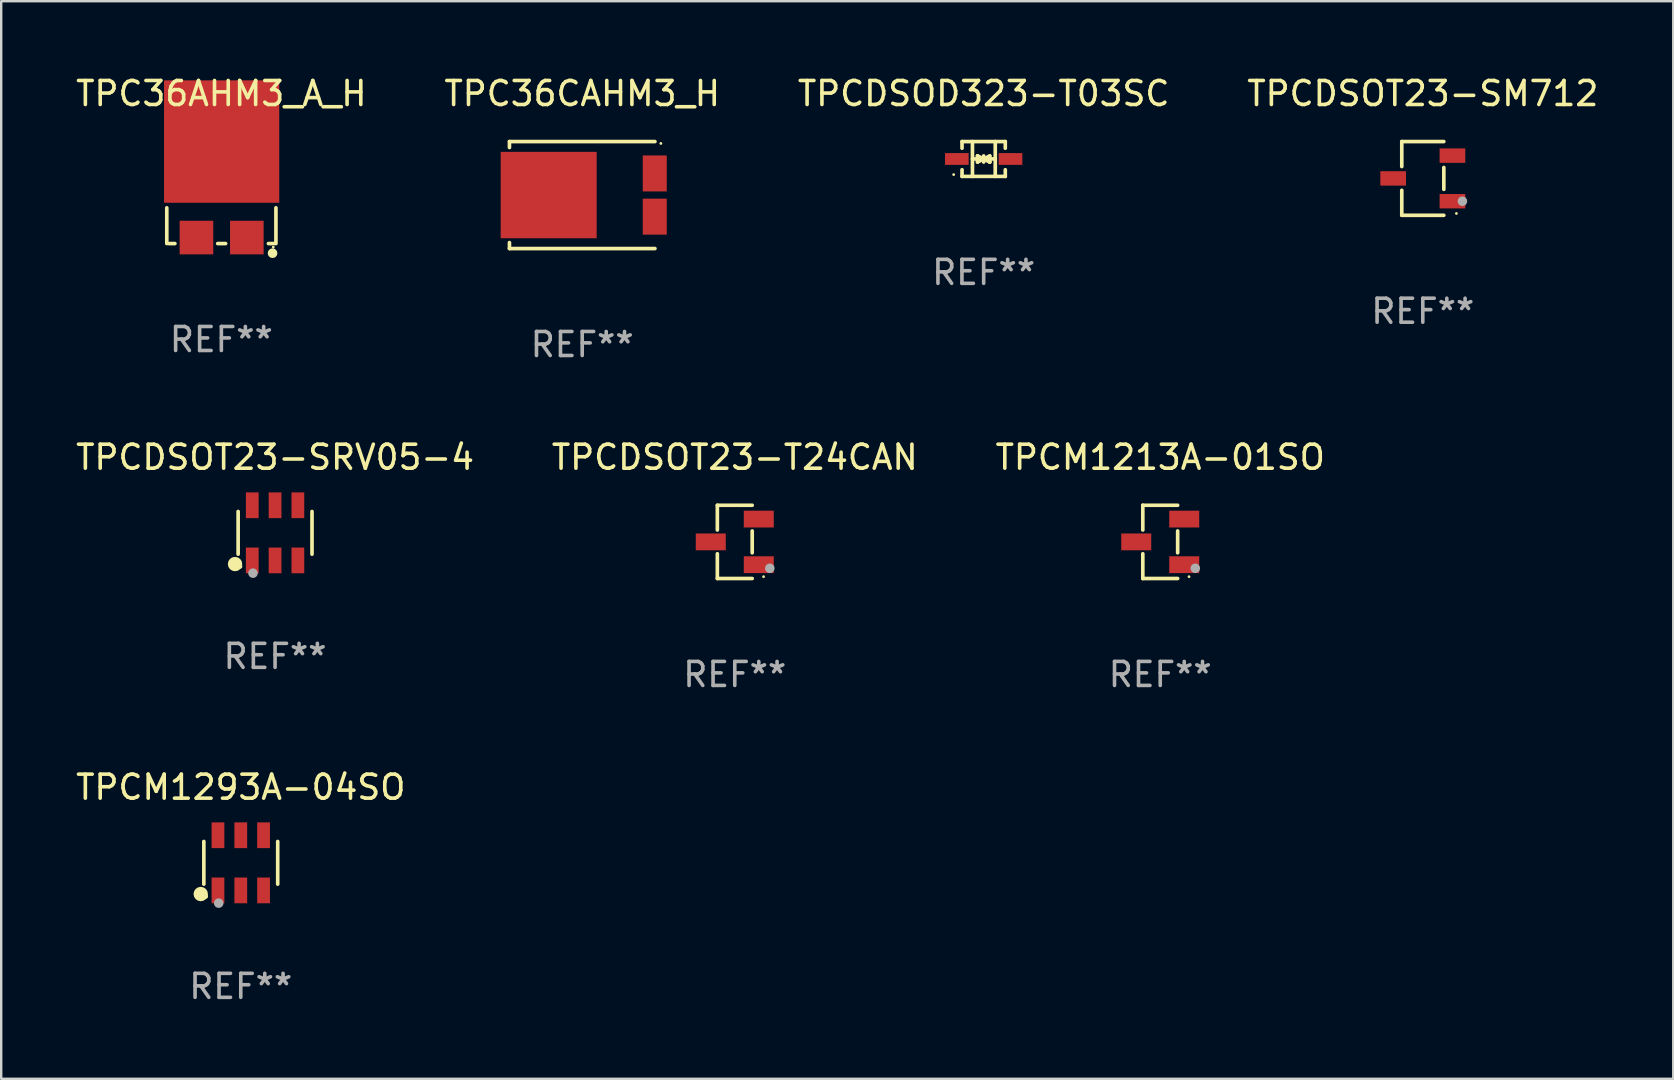
<source format=kicad_pcb>
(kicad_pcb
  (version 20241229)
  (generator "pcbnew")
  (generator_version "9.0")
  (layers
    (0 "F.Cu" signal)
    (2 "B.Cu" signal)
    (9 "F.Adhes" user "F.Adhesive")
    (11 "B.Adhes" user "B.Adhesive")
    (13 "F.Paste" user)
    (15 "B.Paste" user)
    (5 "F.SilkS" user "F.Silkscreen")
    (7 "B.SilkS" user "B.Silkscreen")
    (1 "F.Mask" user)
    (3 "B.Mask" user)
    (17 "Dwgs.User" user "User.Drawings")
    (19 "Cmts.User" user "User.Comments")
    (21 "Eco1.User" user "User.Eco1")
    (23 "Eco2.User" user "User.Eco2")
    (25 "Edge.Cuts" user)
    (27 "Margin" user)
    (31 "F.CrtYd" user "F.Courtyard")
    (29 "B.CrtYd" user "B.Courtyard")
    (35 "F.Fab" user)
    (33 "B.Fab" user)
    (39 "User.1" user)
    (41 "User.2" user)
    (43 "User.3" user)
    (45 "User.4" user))
  (footprint "TPCM1213A-01SO"
    (layer "F.Cu")
    (at 45.292 19.528)
    (property "Reference" "TPCM1213A-01SO" (at 0 -3.526 0) (layer "F.SilkS") (effects (font (size 1 1) (thickness 0.15))))
    (attr through_hole)
    (fp_line (start -0.726 -1.526) (end -0.726 -0.495) (stroke (width 0.152) (type solid)) (layer "F.SilkS"))
    (fp_line (start -0.726 1.526) (end -0.726 0.495) (stroke (width 0.152) (type solid)) (layer "F.SilkS"))
    (fp_line (start 0.726 -1.526) (end -0.726 -1.526) (stroke (width 0.152) (type solid)) (layer "F.SilkS"))
    (fp_line (start 0.726 -0.455) (end 0.726 0.455) (stroke (width 0.152) (type solid)) (layer "F.SilkS"))
    (fp_line (start 0.726 1.526) (end -0.726 1.526) (stroke (width 0.152) (type solid)) (layer "F.SilkS"))
    (fp_circle (center 1.2 1.45) (end 1.23 1.45) (stroke (width 0.06) (type solid)) (fill no) (layer "F.SilkS"))
    (fp_circle (center 1.46 1.1) (end 1.56 1.1) (stroke (width 0.2) (type solid)) (fill no) (layer "F.Fab"))
    (fp_text user "REF**" (at 0 5.526 0) (layer "F.Fab") (effects (font (size 1 1) (thickness 0.15))))
    (pad "1" smd rect (at 1 0.95) (size 1.25 0.7) (layers "F.Cu" "F.Mask" "F.Paste"))
    (pad "2" smd rect (at 1 -0.95) (size 1.25 0.7) (layers "F.Cu" "F.Mask" "F.Paste"))
    (pad "3" smd rect (at -1 0) (size 1.25 0.7) (layers "F.Cu" "F.Mask" "F.Paste")))
  (footprint "TPCDSOT23-T24CAN"
    (layer "F.Cu")
    (at 27.565 19.528)
    (property "Reference" "TPCDSOT23-T24CAN" (at 0 -3.526 0) (layer "F.SilkS") (effects (font (size 1 1) (thickness 0.15))))
    (attr through_hole)
    (fp_line (start -0.726 -1.526) (end -0.726 -0.495) (stroke (width 0.152) (type solid)) (layer "F.SilkS"))
    (fp_line (start -0.726 1.526) (end -0.726 0.495) (stroke (width 0.152) (type solid)) (layer "F.SilkS"))
    (fp_line (start 0.726 -1.526) (end -0.726 -1.526) (stroke (width 0.152) (type solid)) (layer "F.SilkS"))
    (fp_line (start 0.726 -0.455) (end 0.726 0.455) (stroke (width 0.152) (type solid)) (layer "F.SilkS"))
    (fp_line (start 0.726 1.526) (end -0.726 1.526) (stroke (width 0.152) (type solid)) (layer "F.SilkS"))
    (fp_circle (center 1.2 1.45) (end 1.23 1.45) (stroke (width 0.06) (type solid)) (fill no) (layer "F.SilkS"))
    (fp_circle (center 1.46 1.1) (end 1.56 1.1) (stroke (width 0.2) (type solid)) (fill no) (layer "F.Fab"))
    (fp_text user "REF**" (at 0 5.526 0) (layer "F.Fab") (effects (font (size 1 1) (thickness 0.15))))
    (pad "1" smd rect (at 1 0.95) (size 1.25 0.7) (layers "F.Cu" "F.Mask" "F.Paste"))
    (pad "2" smd rect (at 1 -0.95) (size 1.25 0.7) (layers "F.Cu" "F.Mask" "F.Paste"))
    (pad "3" smd rect (at -1 0) (size 1.25 0.7) (layers "F.Cu" "F.Mask" "F.Paste")))
  (footprint "TPCM1293A-04SO"
    (layer "F.Cu")
    (at 6.982 32.9)
    (property "Reference" "TPCM1293A-04SO" (at 0 -3.149 0) (layer "F.SilkS") (effects (font (size 1 1) (thickness 0.15))))
    (attr through_hole)
    (fp_line (start -1.539 0.889) (end -1.539 -0.889) (stroke (width 0.152) (type solid)) (layer "F.SilkS"))
    (fp_line (start 1.539 0.889) (end 1.539 -0.889) (stroke (width 0.152) (type solid)) (layer "F.SilkS"))
    (fp_circle (center -1.668 1.301) (end -1.518 1.301) (stroke (width 0.3) (type solid)) (fill no) (layer "F.SilkS"))
    (fp_circle (center -1.463 1.4) (end -1.413 1.4) (stroke (width 0.1) (type solid)) (fill no) (layer "F.SilkS"))
    (fp_circle (center -0.92 1.68) (end -0.82 1.68) (stroke (width 0.2) (type solid)) (fill no) (layer "F.Fab"))
    (fp_text user "REF**" (at 0 5.149 0) (layer "F.Fab") (effects (font (size 1 1) (thickness 0.15))))
    (pad "1" smd rect (at -0.95 1.149) (size 0.532 1.072) (layers "F.Cu" "F.Mask" "F.Paste"))
    (pad "2" smd rect (at 0 1.149) (size 0.532 1.072) (layers "F.Cu" "F.Mask" "F.Paste"))
    (pad "3" smd rect (at 0.95 1.149) (size 0.532 1.072) (layers "F.Cu" "F.Mask" "F.Paste"))
    (pad "4" smd rect (at 0.95 -1.149) (size 0.532 1.072) (layers "F.Cu" "F.Mask" "F.Paste"))
    (pad "5" smd rect (at 0 -1.149) (size 0.532 1.072) (layers "F.Cu" "F.Mask" "F.Paste"))
    (pad "6" smd rect (at -0.95 -1.149) (size 0.532 1.072) (layers "F.Cu" "F.Mask" "F.Paste")))
  (footprint "TPC36AHM3_A_H"
    (layer "F.Cu")
    (at 6.173 4.973)
    (property "Reference" "TPC36AHM3_A_H" (at 0 -4.125 0) (layer "F.SilkS") (effects (font (size 1 1) (thickness 0.15))))
    (attr through_hole)
    (fp_line (start -2.274 0.637) (end -2.274 2.125) (stroke (width 0.152) (type solid)) (layer "F.SilkS"))
    (fp_line (start -1.936 2.125) (end -2.188 2.125) (stroke (width 0.152) (type solid)) (layer "F.SilkS"))
    (fp_line (start 0.177 2.125) (end -0.153 2.125) (stroke (width 0.152) (type solid)) (layer "F.SilkS"))
    (fp_line (start 2.212 2.125) (end 1.96 2.125) (stroke (width 0.152) (type solid)) (layer "F.SilkS"))
    (fp_line (start 2.274 0.637) (end 2.274 2.124) (stroke (width 0.152) (type solid)) (layer "F.SilkS"))
    (fp_circle (center 2.133 2.527) (end 2.234 2.527) (stroke (width 0.2) (type solid)) (fill no) (layer "F.SilkS"))
    (fp_circle (center 2.162 2.275) (end 2.192 2.275) (stroke (width 0.06) (type solid)) (fill no) (layer "F.SilkS"))
    (fp_text user "REF**" (at 0 6.125 0) (layer "F.Fab") (effects (font (size 1 1) (thickness 0.15))))
    (pad "1" smd rect (at 1.062 1.875) (size 1.4 1.4) (layers "F.Cu" "F.Mask" "F.Paste"))
    (pad "2" smd rect (at -1.038 1.875) (size 1.4 1.4) (layers "F.Cu" "F.Mask" "F.Paste"))
    (pad "3" smd rect (at 0.012 -2.125) (size 4.8 5.1) (layers "F.Cu" "F.Mask" "F.Paste")))
  (footprint "TPC36CAHM3_H"
    (layer "F.Cu")
    (at 21.208 5.077)
    (property "Reference" "TPC36CAHM3_H" (at 0 -4.229 0) (layer "F.SilkS") (effects (font (size 1 1) (thickness 0.15))))
    (attr through_hole)
    (fp_line (start -3.031 -2.229) (end -3.031 -1.98) (stroke (width 0.152) (type solid)) (layer "F.SilkS"))
    (fp_line (start -3.031 1.98) (end -3.031 2.229) (stroke (width 0.152) (type solid)) (layer "F.SilkS"))
    (fp_line (start 3.031 -2.229) (end -3.031 -2.229) (stroke (width 0.152) (type solid)) (layer "F.SilkS"))
    (fp_line (start 3.031 2.229) (end -3.031 2.229) (stroke (width 0.152) (type solid)) (layer "F.SilkS"))
    (fp_circle (center 3.278 -2.15) (end 3.308 -2.15) (stroke (width 0.06) (type solid)) (fill no) (layer "F.SilkS"))
    (fp_text user "REF**" (at 0 6.229 0) (layer "F.Fab") (effects (font (size 1 1) (thickness 0.15))))
    (pad "1" smd rect (at 3.023 -0.9) (size 1 1.5) (layers "F.Cu" "F.Mask" "F.Paste"))
    (pad "2" smd rect (at 3.023 0.9) (size 1 1.5) (layers "F.Cu" "F.Mask" "F.Paste"))
    (pad "3" smd rect (at -1.397 0) (size 4 3.6) (layers "F.Cu" "F.Mask" "F.Paste")))
  (footprint "TPCDSOT23-SRV05-4"
    (layer "F.Cu")
    (at 8.411 19.151)
    (property "Reference" "TPCDSOT23-SRV05-4" (at 0 -3.149 0) (layer "F.SilkS") (effects (font (size 1 1) (thickness 0.15))))
    (attr through_hole)
    (fp_line (start -1.539 0.889) (end -1.539 -0.889) (stroke (width 0.152) (type solid)) (layer "F.SilkS"))
    (fp_line (start 1.539 0.889) (end 1.539 -0.889) (stroke (width 0.152) (type solid)) (layer "F.SilkS"))
    (fp_circle (center -1.668 1.301) (end -1.518 1.301) (stroke (width 0.3) (type solid)) (fill no) (layer "F.SilkS"))
    (fp_circle (center -1.463 1.4) (end -1.413 1.4) (stroke (width 0.1) (type solid)) (fill no) (layer "F.SilkS"))
    (fp_circle (center -0.92 1.68) (end -0.82 1.68) (stroke (width 0.2) (type solid)) (fill no) (layer "F.Fab"))
    (fp_text user "REF**" (at 0 5.149 0) (layer "F.Fab") (effects (font (size 1 1) (thickness 0.15))))
    (pad "1" smd rect (at -0.95 1.149) (size 0.532 1.072) (layers "F.Cu" "F.Mask" "F.Paste"))
    (pad "2" smd rect (at 0 1.149) (size 0.532 1.072) (layers "F.Cu" "F.Mask" "F.Paste"))
    (pad "3" smd rect (at 0.95 1.149) (size 0.532 1.072) (layers "F.Cu" "F.Mask" "F.Paste"))
    (pad "4" smd rect (at 0.95 -1.149) (size 0.532 1.072) (layers "F.Cu" "F.Mask" "F.Paste"))
    (pad "5" smd rect (at 0 -1.149) (size 0.532 1.072) (layers "F.Cu" "F.Mask" "F.Paste"))
    (pad "6" smd rect (at -0.95 -1.149) (size 0.532 1.072) (layers "F.Cu" "F.Mask" "F.Paste")))
  (footprint "TPCDSOT23-SM712"
    (layer "F.Cu")
    (at 56.232 4.384)
    (property "Reference" "TPCDSOT23-SM712" (at 0 -3.536 0) (layer "F.SilkS") (effects (font (size 1 1) (thickness 0.15))))
    (attr through_hole)
    (fp_line (start -0.876 -1.536) (end -0.876 -0.495) (stroke (width 0.152) (type solid)) (layer "F.SilkS"))
    (fp_line (start -0.876 1.536) (end -0.876 0.495) (stroke (width 0.152) (type solid)) (layer "F.SilkS"))
    (fp_line (start 0.876 -1.536) (end -0.876 -1.536) (stroke (width 0.152) (type solid)) (layer "F.SilkS"))
    (fp_line (start 0.876 -0.455) (end 0.876 0.455) (stroke (width 0.152) (type solid)) (layer "F.SilkS"))
    (fp_line (start 0.876 1.536) (end -0.876 1.536) (stroke (width 0.152) (type solid)) (layer "F.SilkS"))
    (fp_circle (center 1.4 1.46) (end 1.43 1.46) (stroke (width 0.06) (type solid)) (fill no) (layer "F.SilkS"))
    (fp_circle (center 1.651 0.95) (end 1.751 0.95) (stroke (width 0.2) (type solid)) (fill no) (layer "F.Fab"))
    (fp_text user "REF**" (at 0 5.536 0) (layer "F.Fab") (effects (font (size 1 1) (thickness 0.15))))
    (pad "1" smd rect (at 1.235 0.95) (size 1.07 0.6) (layers "F.Cu" "F.Mask" "F.Paste"))
    (pad "2" smd rect (at 1.235 -0.95) (size 1.07 0.6) (layers "F.Cu" "F.Mask" "F.Paste"))
    (pad "3" smd rect (at -1.235 0) (size 1.07 0.6) (layers "F.Cu" "F.Mask" "F.Paste")))
  (footprint "TPCDSOD323-T03SC"
    (layer "F.Cu")
    (at 37.935 3.574)
    (property "Reference" "TPCDSOD323-T03SC" (at 0 -2.726 0) (layer "F.SilkS") (effects (font (size 1 1) (thickness 0.15))))
    (attr through_hole)
    (fp_line (start -0.901 -0.726) (end -0.901 -0.448) (stroke (width 0.152) (type solid)) (layer "F.SilkS"))
    (fp_line (start -0.901 0.726) (end -0.901 0.448) (stroke (width 0.152) (type solid)) (layer "F.SilkS"))
    (fp_line (start -0.467 0) (end 0.483 -0.003) (stroke (width 0.154) (type solid)) (layer "F.SilkS"))
    (fp_line (start -0.467 0.726) (end -0.467 -0.726) (stroke (width 0.152) (type solid)) (layer "F.SilkS"))
    (fp_line (start -0.254 -0.127) (end -0.254 -0.127) (stroke (width 0.154) (type solid)) (layer "F.SilkS"))
    (fp_line (start -0.254 -0.127) (end -0.002 -0.003) (stroke (width 0.154) (type solid)) (layer "F.SilkS"))
    (fp_line (start -0.254 0.127) (end -0.254 -0.127) (stroke (width 0.154) (type solid)) (layer "F.SilkS"))
    (fp_line (start -0.127 0) (end 0.003 0) (stroke (width 0.154) (type solid)) (layer "F.SilkS"))
    (fp_line (start -0.003 0) (end -0.254 0.127) (stroke (width 0.154) (type solid)) (layer "F.SilkS"))
    (fp_line (start 0 -0.127) (end 0 0.127) (stroke (width 0.154) (type solid)) (layer "F.SilkS"))
    (fp_line (start 0.003 0) (end 0.254 -0.127) (stroke (width 0.154) (type solid)) (layer "F.SilkS"))
    (fp_line (start 0.127 0) (end -0.003 0) (stroke (width 0.154) (type solid)) (layer "F.SilkS"))
    (fp_line (start 0.254 -0.127) (end 0.254 0.127) (stroke (width 0.154) (type solid)) (layer "F.SilkS"))
    (fp_line (start 0.254 0.127) (end 0.002 0.003) (stroke (width 0.154) (type solid)) (layer "F.SilkS"))
    (fp_line (start 0.254 0.127) (end 0.254 0.127) (stroke (width 0.154) (type solid)) (layer "F.SilkS"))
    (fp_line (start 0.483 0.726) (end 0.483 -0.726) (stroke (width 0.152) (type solid)) (layer "F.SilkS"))
    (fp_line (start 0.901 -0.726) (end -0.901 -0.726) (stroke (width 0.152) (type solid)) (layer "F.SilkS"))
    (fp_line (start 0.901 -0.726) (end 0.901 -0.448) (stroke (width 0.152) (type solid)) (layer "F.SilkS"))
    (fp_line (start 0.901 0.726) (end -0.901 0.726) (stroke (width 0.152) (type solid)) (layer "F.SilkS"))
    (fp_line (start 0.901 0.726) (end 0.901 0.448) (stroke (width 0.152) (type solid)) (layer "F.SilkS"))
    (fp_circle (center -1.25 0.65) (end -1.22 0.65) (stroke (width 0.06) (type solid)) (fill no) (layer "F.SilkS"))
    (fp_text user "REF**" (at 0 4.726 0) (layer "F.Fab") (effects (font (size 1 1) (thickness 0.15))))
    (pad "1" smd rect (at -1.118 0) (size 0.985 0.49) (layers "F.Cu" "F.Mask" "F.Paste"))
    (pad "2" smd rect (at 1.118 0) (size 0.985 0.49) (layers "F.Cu" "F.Mask" "F.Paste")))
  (gr_rect
    (start -3 -3)
    (end 66.667 41.898)
    (stroke (width 0.1) (type default))
    (fill no)
    (layer "Edge.Cuts")))
</source>
